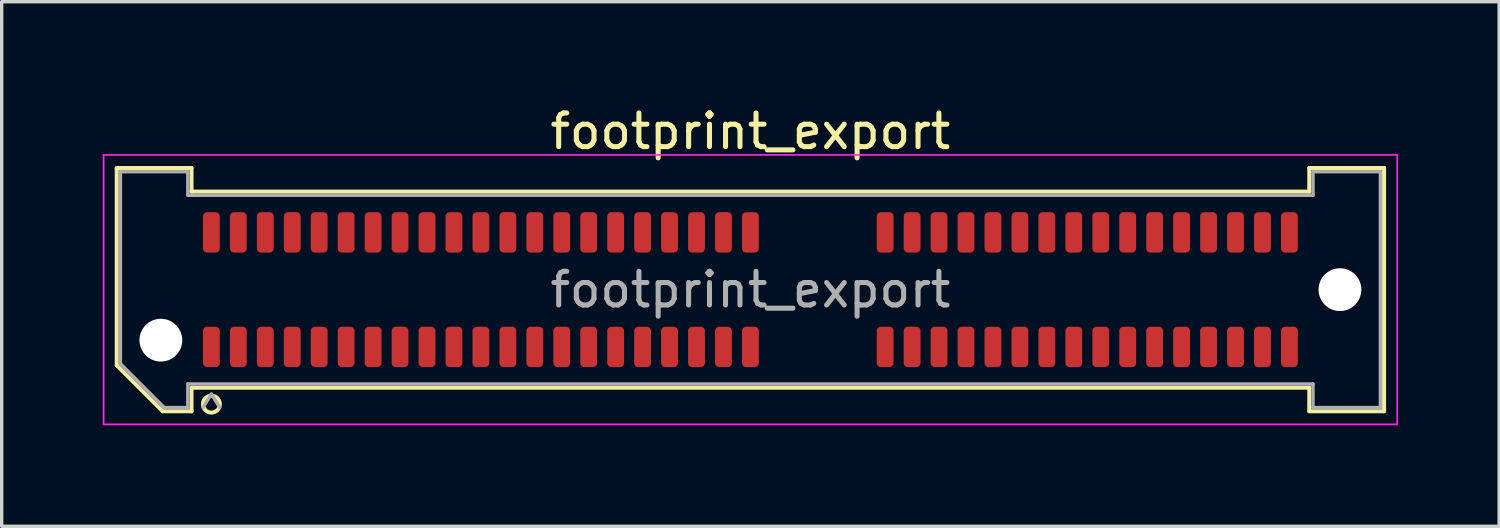
<source format=kicad_pcb>
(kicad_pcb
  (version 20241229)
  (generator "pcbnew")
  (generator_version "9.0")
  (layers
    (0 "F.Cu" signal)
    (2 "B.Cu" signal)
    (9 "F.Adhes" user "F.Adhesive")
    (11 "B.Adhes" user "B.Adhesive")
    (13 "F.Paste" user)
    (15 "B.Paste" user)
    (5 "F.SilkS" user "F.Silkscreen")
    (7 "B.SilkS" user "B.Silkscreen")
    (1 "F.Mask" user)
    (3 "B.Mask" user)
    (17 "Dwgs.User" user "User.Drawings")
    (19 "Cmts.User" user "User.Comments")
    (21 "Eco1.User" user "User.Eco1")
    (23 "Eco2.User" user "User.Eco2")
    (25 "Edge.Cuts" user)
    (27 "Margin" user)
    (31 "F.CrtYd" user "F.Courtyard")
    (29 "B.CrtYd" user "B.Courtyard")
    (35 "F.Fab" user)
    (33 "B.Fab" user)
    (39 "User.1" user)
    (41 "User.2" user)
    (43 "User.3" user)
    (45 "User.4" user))
  (footprint "footprint_export"
    (layer "F.Cu")
    (at 19.225 5.548)
    (property "Reference" "footprint_export" (at 0 -4.7 0) (layer "F.SilkS") (effects (font (size 1 1) (thickness 0.15))))
    (attr smd)
    (fp_line (start -18.81 -3.61) (end -16.59 -3.61) (stroke (width 0.12) (type solid)) (layer "F.SilkS"))
    (fp_line (start -18.81 2.246) (end -18.81 -3.61) (stroke (width 0.12) (type solid)) (layer "F.SilkS"))
    (fp_line (start -17.446 3.61) (end -18.81 2.246) (stroke (width 0.12) (type solid)) (layer "F.SilkS"))
    (fp_line (start -16.59 -3.61) (end -16.59 -2.91) (stroke (width 0.12) (type solid)) (layer "F.SilkS"))
    (fp_line (start -16.59 -2.91) (end 16.59 -2.91) (stroke (width 0.12) (type solid)) (layer "F.SilkS"))
    (fp_line (start -16.59 2.91) (end -16.59 3.61) (stroke (width 0.12) (type solid)) (layer "F.SilkS"))
    (fp_line (start -16.59 3.61) (end -17.446 3.61) (stroke (width 0.12) (type solid)) (layer "F.SilkS"))
    (fp_line (start 16.59 -3.61) (end 18.81 -3.61) (stroke (width 0.12) (type solid)) (layer "F.SilkS"))
    (fp_line (start 16.59 -2.91) (end 16.59 -3.61) (stroke (width 0.12) (type solid)) (layer "F.SilkS"))
    (fp_line (start 16.59 2.91) (end -16.59 2.91) (stroke (width 0.12) (type solid)) (layer "F.SilkS"))
    (fp_line (start 16.59 3.61) (end 16.59 2.91) (stroke (width 0.12) (type solid)) (layer "F.SilkS"))
    (fp_line (start 18.81 -3.61) (end 18.81 3.61) (stroke (width 0.12) (type solid)) (layer "F.SilkS"))
    (fp_line (start 18.81 3.61) (end 16.59 3.61) (stroke (width 0.12) (type solid)) (layer "F.SilkS"))
    (fp_arc (start -15.75 3.4) (mid -16.25 3.4) (end -15.75 3.4) (stroke (width 0.12) (type solid)) (layer "F.SilkS"))
    (fp_line (start -19.2 -4) (end -19.2 4) (stroke (width 0.05) (type solid)) (layer "F.CrtYd"))
    (fp_line (start -19.2 4) (end 19.2 4) (stroke (width 0.05) (type solid)) (layer "F.CrtYd"))
    (fp_line (start 19.2 -4) (end -19.2 -4) (stroke (width 0.05) (type solid)) (layer "F.CrtYd"))
    (fp_line (start 19.2 4) (end 19.2 -4) (stroke (width 0.05) (type solid)) (layer "F.CrtYd"))
    (fp_line (start -18.7 -3.5) (end -16.7 -3.5) (stroke (width 0.1) (type solid)) (layer "F.Fab"))
    (fp_line (start -18.7 2.2) (end -18.7 -3.5) (stroke (width 0.1) (type solid)) (layer "F.Fab"))
    (fp_line (start -17.4 3.5) (end -18.7 2.2) (stroke (width 0.1) (type solid)) (layer "F.Fab"))
    (fp_line (start -16.7 -3.5) (end -16.7 -2.8) (stroke (width 0.1) (type solid)) (layer "F.Fab"))
    (fp_line (start -16.7 -2.8) (end 16.7 -2.8) (stroke (width 0.1) (type solid)) (layer "F.Fab"))
    (fp_line (start -16.7 2.8) (end -16.7 3.5) (stroke (width 0.1) (type solid)) (layer "F.Fab"))
    (fp_line (start -16.7 3.5) (end -17.4 3.5) (stroke (width 0.1) (type solid)) (layer "F.Fab"))
    (fp_line (start -16 3.1) (end -16.25 3.5) (stroke (width 0.1) (type solid)) (layer "F.Fab"))
    (fp_line (start -16 3.1) (end -15.75 3.5) (stroke (width 0.1) (type solid)) (layer "F.Fab"))
    (fp_line (start 16.7 -3.5) (end 18.7 -3.5) (stroke (width 0.1) (type solid)) (layer "F.Fab"))
    (fp_line (start 16.7 -2.8) (end 16.7 -3.5) (stroke (width 0.1) (type solid)) (layer "F.Fab"))
    (fp_line (start 16.7 2.8) (end -16.7 2.8) (stroke (width 0.1) (type solid)) (layer "F.Fab"))
    (fp_line (start 16.7 3.5) (end 16.7 2.8) (stroke (width 0.1) (type solid)) (layer "F.Fab"))
    (fp_line (start 18.7 -3.5) (end 18.7 3.5) (stroke (width 0.1) (type solid)) (layer "F.Fab"))
    (fp_line (start 18.7 3.5) (end 16.7 3.5) (stroke (width 0.1) (type solid)) (layer "F.Fab"))
    (fp_text user "${REFERENCE}" (at 0 0 0) (layer "F.Fab") (effects (font (size 1 1) (thickness 0.15))))
    (pad "" np_thru_hole circle (at -17.5 1.5) (size 1.27 1.27) (drill 1.27) (layers "*.Cu" "*.Mask"))
    (pad "" np_thru_hole circle (at 17.5 0) (size 1.27 1.27) (drill 1.27) (layers "*.Cu" "*.Mask"))
    (pad "1" smd roundrect (at -16 1.7) (size 0.5 1.2) (layers "F.Cu" "F.Mask" "F.Paste") (roundrect_rratio 0.25))
    (pad "2" smd roundrect (at -16 -1.7) (size 0.5 1.2) (layers "F.Cu" "F.Mask" "F.Paste") (roundrect_rratio 0.25))
    (pad "3" smd roundrect (at -15.2 1.7) (size 0.5 1.2) (layers "F.Cu" "F.Mask" "F.Paste") (roundrect_rratio 0.25))
    (pad "4" smd roundrect (at -15.2 -1.7) (size 0.5 1.2) (layers "F.Cu" "F.Mask" "F.Paste") (roundrect_rratio 0.25))
    (pad "5" smd roundrect (at -14.4 1.7) (size 0.5 1.2) (layers "F.Cu" "F.Mask" "F.Paste") (roundrect_rratio 0.25))
    (pad "6" smd roundrect (at -14.4 -1.7) (size 0.5 1.2) (layers "F.Cu" "F.Mask" "F.Paste") (roundrect_rratio 0.25))
    (pad "7" smd roundrect (at -13.6 1.7) (size 0.5 1.2) (layers "F.Cu" "F.Mask" "F.Paste") (roundrect_rratio 0.25))
    (pad "8" smd roundrect (at -13.6 -1.7) (size 0.5 1.2) (layers "F.Cu" "F.Mask" "F.Paste") (roundrect_rratio 0.25))
    (pad "9" smd roundrect (at -12.8 1.7) (size 0.5 1.2) (layers "F.Cu" "F.Mask" "F.Paste") (roundrect_rratio 0.25))
    (pad "10" smd roundrect (at -12.8 -1.7) (size 0.5 1.2) (layers "F.Cu" "F.Mask" "F.Paste") (roundrect_rratio 0.25))
    (pad "11" smd roundrect (at -12 1.7) (size 0.5 1.2) (layers "F.Cu" "F.Mask" "F.Paste") (roundrect_rratio 0.25))
    (pad "12" smd roundrect (at -12 -1.7) (size 0.5 1.2) (layers "F.Cu" "F.Mask" "F.Paste") (roundrect_rratio 0.25))
    (pad "13" smd roundrect (at -11.2 1.7) (size 0.5 1.2) (layers "F.Cu" "F.Mask" "F.Paste") (roundrect_rratio 0.25))
    (pad "14" smd roundrect (at -11.2 -1.7) (size 0.5 1.2) (layers "F.Cu" "F.Mask" "F.Paste") (roundrect_rratio 0.25))
    (pad "15" smd roundrect (at -10.4 1.7) (size 0.5 1.2) (layers "F.Cu" "F.Mask" "F.Paste") (roundrect_rratio 0.25))
    (pad "16" smd roundrect (at -10.4 -1.7) (size 0.5 1.2) (layers "F.Cu" "F.Mask" "F.Paste") (roundrect_rratio 0.25))
    (pad "17" smd roundrect (at -9.6 1.7) (size 0.5 1.2) (layers "F.Cu" "F.Mask" "F.Paste") (roundrect_rratio 0.25))
    (pad "18" smd roundrect (at -9.6 -1.7) (size 0.5 1.2) (layers "F.Cu" "F.Mask" "F.Paste") (roundrect_rratio 0.25))
    (pad "19" smd roundrect (at -8.8 1.7) (size 0.5 1.2) (layers "F.Cu" "F.Mask" "F.Paste") (roundrect_rratio 0.25))
    (pad "20" smd roundrect (at -8.8 -1.7) (size 0.5 1.2) (layers "F.Cu" "F.Mask" "F.Paste") (roundrect_rratio 0.25))
    (pad "21" smd roundrect (at -8 1.7) (size 0.5 1.2) (layers "F.Cu" "F.Mask" "F.Paste") (roundrect_rratio 0.25))
    (pad "22" smd roundrect (at -8 -1.7) (size 0.5 1.2) (layers "F.Cu" "F.Mask" "F.Paste") (roundrect_rratio 0.25))
    (pad "23" smd roundrect (at -7.2 1.7) (size 0.5 1.2) (layers "F.Cu" "F.Mask" "F.Paste") (roundrect_rratio 0.25))
    (pad "24" smd roundrect (at -7.2 -1.7) (size 0.5 1.2) (layers "F.Cu" "F.Mask" "F.Paste") (roundrect_rratio 0.25))
    (pad "25" smd roundrect (at -6.4 1.7) (size 0.5 1.2) (layers "F.Cu" "F.Mask" "F.Paste") (roundrect_rratio 0.25))
    (pad "26" smd roundrect (at -6.4 -1.7) (size 0.5 1.2) (layers "F.Cu" "F.Mask" "F.Paste") (roundrect_rratio 0.25))
    (pad "27" smd roundrect (at -5.6 1.7) (size 0.5 1.2) (layers "F.Cu" "F.Mask" "F.Paste") (roundrect_rratio 0.25))
    (pad "28" smd roundrect (at -5.6 -1.7) (size 0.5 1.2) (layers "F.Cu" "F.Mask" "F.Paste") (roundrect_rratio 0.25))
    (pad "29" smd roundrect (at -4.8 1.7) (size 0.5 1.2) (layers "F.Cu" "F.Mask" "F.Paste") (roundrect_rratio 0.25))
    (pad "30" smd roundrect (at -4.8 -1.7) (size 0.5 1.2) (layers "F.Cu" "F.Mask" "F.Paste") (roundrect_rratio 0.25))
    (pad "31" smd roundrect (at -4 1.7) (size 0.5 1.2) (layers "F.Cu" "F.Mask" "F.Paste") (roundrect_rratio 0.25))
    (pad "32" smd roundrect (at -4 -1.7) (size 0.5 1.2) (layers "F.Cu" "F.Mask" "F.Paste") (roundrect_rratio 0.25))
    (pad "33" smd roundrect (at -3.2 1.7) (size 0.5 1.2) (layers "F.Cu" "F.Mask" "F.Paste") (roundrect_rratio 0.25))
    (pad "34" smd roundrect (at -3.2 -1.7) (size 0.5 1.2) (layers "F.Cu" "F.Mask" "F.Paste") (roundrect_rratio 0.25))
    (pad "35" smd roundrect (at -2.4 1.7) (size 0.5 1.2) (layers "F.Cu" "F.Mask" "F.Paste") (roundrect_rratio 0.25))
    (pad "36" smd roundrect (at -2.4 -1.7) (size 0.5 1.2) (layers "F.Cu" "F.Mask" "F.Paste") (roundrect_rratio 0.25))
    (pad "37" smd roundrect (at -1.6 1.7) (size 0.5 1.2) (layers "F.Cu" "F.Mask" "F.Paste") (roundrect_rratio 0.25))
    (pad "38" smd roundrect (at -1.6 -1.7) (size 0.5 1.2) (layers "F.Cu" "F.Mask" "F.Paste") (roundrect_rratio 0.25))
    (pad "39" smd roundrect (at -0.8 1.7) (size 0.5 1.2) (layers "F.Cu" "F.Mask" "F.Paste") (roundrect_rratio 0.25))
    (pad "40" smd roundrect (at -0.8 -1.7) (size 0.5 1.2) (layers "F.Cu" "F.Mask" "F.Paste") (roundrect_rratio 0.25))
    (pad "41" smd roundrect (at 0 1.7) (size 0.5 1.2) (layers "F.Cu" "F.Mask" "F.Paste") (roundrect_rratio 0.25))
    (pad "42" smd roundrect (at 0 -1.7) (size 0.5 1.2) (layers "F.Cu" "F.Mask" "F.Paste") (roundrect_rratio 0.25))
    (pad "43" smd roundrect (at 4 1.7) (size 0.5 1.2) (layers "F.Cu" "F.Mask" "F.Paste") (roundrect_rratio 0.25))
    (pad "44" smd roundrect (at 4 -1.7) (size 0.5 1.2) (layers "F.Cu" "F.Mask" "F.Paste") (roundrect_rratio 0.25))
    (pad "45" smd roundrect (at 4.8 1.7) (size 0.5 1.2) (layers "F.Cu" "F.Mask" "F.Paste") (roundrect_rratio 0.25))
    (pad "46" smd roundrect (at 4.8 -1.7) (size 0.5 1.2) (layers "F.Cu" "F.Mask" "F.Paste") (roundrect_rratio 0.25))
    (pad "47" smd roundrect (at 5.6 1.7) (size 0.5 1.2) (layers "F.Cu" "F.Mask" "F.Paste") (roundrect_rratio 0.25))
    (pad "48" smd roundrect (at 5.6 -1.7) (size 0.5 1.2) (layers "F.Cu" "F.Mask" "F.Paste") (roundrect_rratio 0.25))
    (pad "49" smd roundrect (at 6.4 1.7) (size 0.5 1.2) (layers "F.Cu" "F.Mask" "F.Paste") (roundrect_rratio 0.25))
    (pad "50" smd roundrect (at 6.4 -1.7) (size 0.5 1.2) (layers "F.Cu" "F.Mask" "F.Paste") (roundrect_rratio 0.25))
    (pad "51" smd roundrect (at 7.2 1.7) (size 0.5 1.2) (layers "F.Cu" "F.Mask" "F.Paste") (roundrect_rratio 0.25))
    (pad "52" smd roundrect (at 7.2 -1.7) (size 0.5 1.2) (layers "F.Cu" "F.Mask" "F.Paste") (roundrect_rratio 0.25))
    (pad "53" smd roundrect (at 8 1.7) (size 0.5 1.2) (layers "F.Cu" "F.Mask" "F.Paste") (roundrect_rratio 0.25))
    (pad "54" smd roundrect (at 8 -1.7) (size 0.5 1.2) (layers "F.Cu" "F.Mask" "F.Paste") (roundrect_rratio 0.25))
    (pad "55" smd roundrect (at 8.8 1.7) (size 0.5 1.2) (layers "F.Cu" "F.Mask" "F.Paste") (roundrect_rratio 0.25))
    (pad "56" smd roundrect (at 8.8 -1.7) (size 0.5 1.2) (layers "F.Cu" "F.Mask" "F.Paste") (roundrect_rratio 0.25))
    (pad "57" smd roundrect (at 9.6 1.7) (size 0.5 1.2) (layers "F.Cu" "F.Mask" "F.Paste") (roundrect_rratio 0.25))
    (pad "58" smd roundrect (at 9.6 -1.7) (size 0.5 1.2) (layers "F.Cu" "F.Mask" "F.Paste") (roundrect_rratio 0.25))
    (pad "59" smd roundrect (at 10.4 1.7) (size 0.5 1.2) (layers "F.Cu" "F.Mask" "F.Paste") (roundrect_rratio 0.25))
    (pad "60" smd roundrect (at 10.4 -1.7) (size 0.5 1.2) (layers "F.Cu" "F.Mask" "F.Paste") (roundrect_rratio 0.25))
    (pad "61" smd roundrect (at 11.2 1.7) (size 0.5 1.2) (layers "F.Cu" "F.Mask" "F.Paste") (roundrect_rratio 0.25))
    (pad "62" smd roundrect (at 11.2 -1.7) (size 0.5 1.2) (layers "F.Cu" "F.Mask" "F.Paste") (roundrect_rratio 0.25))
    (pad "63" smd roundrect (at 12 1.7) (size 0.5 1.2) (layers "F.Cu" "F.Mask" "F.Paste") (roundrect_rratio 0.25))
    (pad "64" smd roundrect (at 12 -1.7) (size 0.5 1.2) (layers "F.Cu" "F.Mask" "F.Paste") (roundrect_rratio 0.25))
    (pad "65" smd roundrect (at 12.8 1.7) (size 0.5 1.2) (layers "F.Cu" "F.Mask" "F.Paste") (roundrect_rratio 0.25))
    (pad "66" smd roundrect (at 12.8 -1.7) (size 0.5 1.2) (layers "F.Cu" "F.Mask" "F.Paste") (roundrect_rratio 0.25))
    (pad "67" smd roundrect (at 13.6 1.7) (size 0.5 1.2) (layers "F.Cu" "F.Mask" "F.Paste") (roundrect_rratio 0.25))
    (pad "68" smd roundrect (at 13.6 -1.7) (size 0.5 1.2) (layers "F.Cu" "F.Mask" "F.Paste") (roundrect_rratio 0.25))
    (pad "69" smd roundrect (at 14.4 1.7) (size 0.5 1.2) (layers "F.Cu" "F.Mask" "F.Paste") (roundrect_rratio 0.25))
    (pad "70" smd roundrect (at 14.4 -1.7) (size 0.5 1.2) (layers "F.Cu" "F.Mask" "F.Paste") (roundrect_rratio 0.25))
    (pad "71" smd roundrect (at 15.2 1.7) (size 0.5 1.2) (layers "F.Cu" "F.Mask" "F.Paste") (roundrect_rratio 0.25))
    (pad "72" smd roundrect (at 15.2 -1.7) (size 0.5 1.2) (layers "F.Cu" "F.Mask" "F.Paste") (roundrect_rratio 0.25))
    (pad "73" smd roundrect (at 16 1.7) (size 0.5 1.2) (layers "F.Cu" "F.Mask" "F.Paste") (roundrect_rratio 0.25))
    (pad "74" smd roundrect (at 16 -1.7) (size 0.5 1.2) (layers "F.Cu" "F.Mask" "F.Paste") (roundrect_rratio 0.25)))
  (gr_rect
    (start -3 -3)
    (end 41.45 12.573)
    (stroke (width 0.1) (type default))
    (fill no)
    (layer "Edge.Cuts")))
</source>
